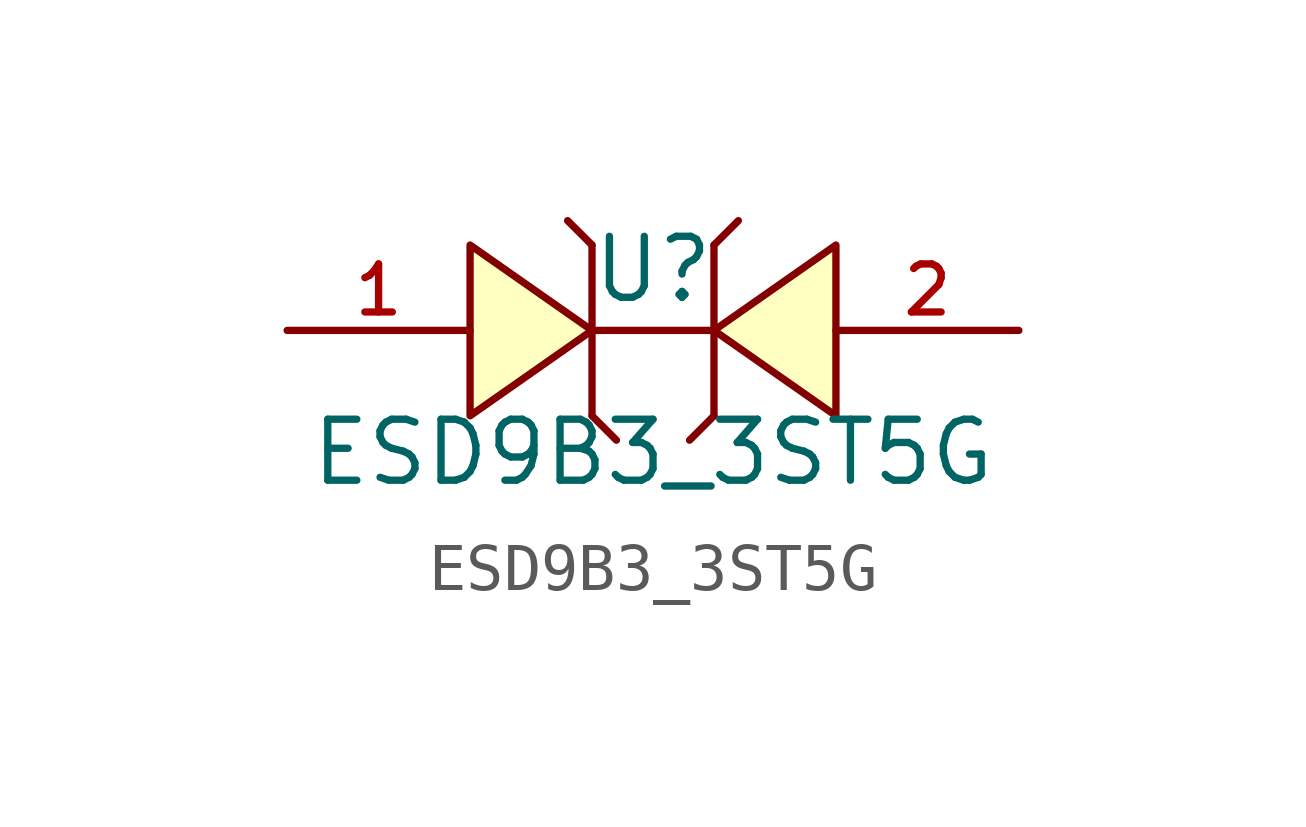
<source format=kicad_sym>
(kicad_symbol_lib
  (version 20210201)
  (generator TousstNicolas/JLC2KiCad_lib)
  (symbol "ESD9B3_3ST5G"
    (pin_names hide)
    (property "Reference" "U"
      (at 0 1.27 0)
      (effects (font (size 1.27 1.27))))
    (property "Value" "ESD9B3_3ST5G"
      (at 0 -2.54 0)
      (effects (font (size 1.27 1.27))))
    (symbol "ESD9B3_3ST5G_0_1"
      (polyline (pts (xy 3.81 1.778) (xy 1.27 -0.0) (xy 3.81 -1.778) (xy 3.81 1.778)) (stroke (width 0) (type default) (color 0 0 0 0)) (fill (type background)))
      (polyline (pts (xy 1.27 1.778) (xy 1.27 -1.778)) (stroke (width 0) (type default) (color 0 0 0 0)) (fill (type none)))
      (polyline (pts (xy -3.81 -1.778) (xy -1.27 -0.0) (xy -3.81 1.778) (xy -3.81 -1.778)) (stroke (width 0) (type default) (color 0 0 0 0)) (fill (type background)))
      (polyline (pts (xy -1.27 -1.778) (xy -1.27 1.778)) (stroke (width 0) (type default) (color 0 0 0 0)) (fill (type none)))
      (polyline (pts (xy -1.27 1.778) (xy -1.778 2.286)) (stroke (width 0) (type default) (color 0 0 0 0)) (fill (type none)))
      (polyline (pts (xy -1.27 -1.778) (xy -0.762 -2.286)) (stroke (width 0) (type default) (color 0 0 0 0)) (fill (type none)))
      (polyline (pts (xy 1.27 -1.778) (xy 0.762 -2.286)) (stroke (width 0) (type default) (color 0 0 0 0)) (fill (type none)))
      (polyline (pts (xy 1.27 1.778) (xy 1.778 2.286)) (stroke (width 0) (type default) (color 0 0 0 0)) (fill (type none)))
      (polyline (pts (xy -1.27 -0.0) (xy 1.27 -0.0)) (stroke (width 0) (type default) (color 0 0 0 0)) (fill (type none)))
      (pin unspecified line (at -7.62 -0.0 0) (length 3.81) (name "1" (effects (font (size 1 1)))) (number "1" (effects (font (size 1 1)))))
      (pin unspecified line (at 7.62 -0.0 180) (length 3.81) (name "2" (effects (font (size 1 1)))) (number "2" (effects (font (size 1 1))))))))
</source>
